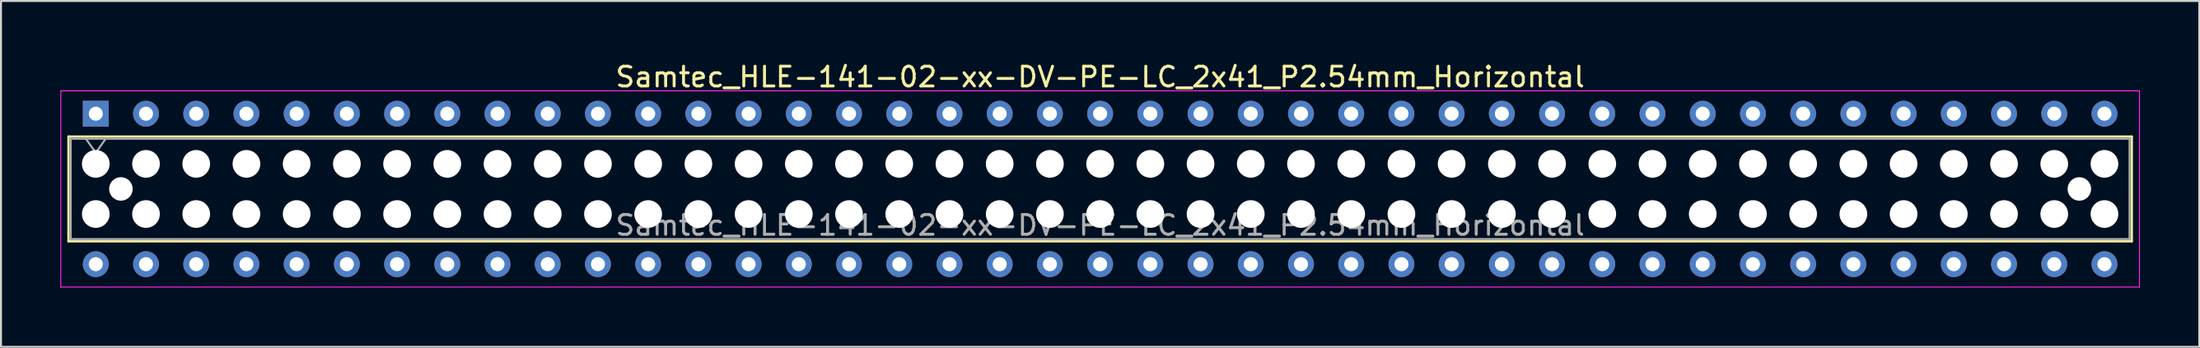
<source format=kicad_pcb>
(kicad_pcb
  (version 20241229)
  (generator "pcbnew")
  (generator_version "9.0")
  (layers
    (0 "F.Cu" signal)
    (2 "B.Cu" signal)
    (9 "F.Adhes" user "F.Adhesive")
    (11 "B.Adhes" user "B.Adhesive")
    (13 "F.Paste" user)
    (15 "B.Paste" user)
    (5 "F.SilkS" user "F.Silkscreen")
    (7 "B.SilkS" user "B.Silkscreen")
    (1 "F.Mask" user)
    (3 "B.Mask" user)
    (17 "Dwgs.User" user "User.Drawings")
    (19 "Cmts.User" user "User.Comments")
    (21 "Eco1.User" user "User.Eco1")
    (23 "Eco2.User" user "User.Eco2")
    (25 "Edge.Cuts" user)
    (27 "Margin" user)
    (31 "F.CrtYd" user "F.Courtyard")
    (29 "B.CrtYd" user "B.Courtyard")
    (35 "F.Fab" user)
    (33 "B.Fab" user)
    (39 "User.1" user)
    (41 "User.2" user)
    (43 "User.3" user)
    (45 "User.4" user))
  (footprint "Samtec_HLE-141-02-xx-DV-PE-LC_2x41_P2.54mm_Horizontal"
    (layer "F.Cu")
    (at 1.795 2.708)
    (property "Reference" "Samtec_HLE-141-02-xx-DV-PE-LC_2x41_P2.54mm_Horizontal" (at 50.8 -1.86 0) (layer "F.SilkS") (effects (font (size 1 1) (thickness 0.15))))
    (attr through_hole)
    (fp_line (start -1.38 1.16) (end 102.98 1.16) (stroke (width 0.12) (type solid)) (layer "F.SilkS"))
    (fp_line (start -1.38 6.46) (end -1.38 1.16) (stroke (width 0.12) (type solid)) (layer "F.SilkS"))
    (fp_line (start 102.98 1.16) (end 102.98 6.46) (stroke (width 0.12) (type solid)) (layer "F.SilkS"))
    (fp_line (start 102.98 6.46) (end -1.38 6.46) (stroke (width 0.12) (type solid)) (layer "F.SilkS"))
    (fp_line (start -1.77 -1.16) (end 103.37 -1.16) (stroke (width 0.05) (type solid)) (layer "F.CrtYd"))
    (fp_line (start -1.77 8.78) (end -1.77 -1.16) (stroke (width 0.05) (type solid)) (layer "F.CrtYd"))
    (fp_line (start 103.37 -1.16) (end 103.37 8.78) (stroke (width 0.05) (type solid)) (layer "F.CrtYd"))
    (fp_line (start 103.37 8.78) (end -1.77 8.78) (stroke (width 0.05) (type solid)) (layer "F.CrtYd"))
    (fp_line (start -1.27 1.27) (end 102.87 1.27) (stroke (width 0.1) (type solid)) (layer "F.Fab"))
    (fp_line (start -1.27 6.35) (end -1.27 1.27) (stroke (width 0.1) (type solid)) (layer "F.Fab"))
    (fp_line (start -0.5 1.27) (end 0 1.977) (stroke (width 0.1) (type solid)) (layer "F.Fab"))
    (fp_line (start 0 1.977) (end 0.5 1.27) (stroke (width 0.1) (type solid)) (layer "F.Fab"))
    (fp_line (start 102.87 1.27) (end 102.87 6.35) (stroke (width 0.1) (type solid)) (layer "F.Fab"))
    (fp_line (start 102.87 6.35) (end -1.27 6.35) (stroke (width 0.1) (type solid)) (layer "F.Fab"))
    (fp_text user "${REFERENCE}" (at 50.8 5.65 0) (layer "F.Fab") (effects (font (size 1 1) (thickness 0.15))))
    (pad "" np_thru_hole circle (at 0 2.54) (size 1.4 1.4) (drill 1.4) (layers "*.Cu" "*.Mask"))
    (pad "" np_thru_hole circle (at 0 5.08) (size 1.4 1.4) (drill 1.4) (layers "*.Cu" "*.Mask"))
    (pad "" np_thru_hole circle (at 1.27 3.81) (size 1.19 1.19) (drill 1.19) (layers "*.Cu" "*.Mask"))
    (pad "" np_thru_hole circle (at 2.54 2.54) (size 1.4 1.4) (drill 1.4) (layers "*.Cu" "*.Mask"))
    (pad "" np_thru_hole circle (at 2.54 5.08) (size 1.4 1.4) (drill 1.4) (layers "*.Cu" "*.Mask"))
    (pad "" np_thru_hole circle (at 5.08 2.54) (size 1.4 1.4) (drill 1.4) (layers "*.Cu" "*.Mask"))
    (pad "" np_thru_hole circle (at 5.08 5.08) (size 1.4 1.4) (drill 1.4) (layers "*.Cu" "*.Mask"))
    (pad "" np_thru_hole circle (at 7.62 2.54) (size 1.4 1.4) (drill 1.4) (layers "*.Cu" "*.Mask"))
    (pad "" np_thru_hole circle (at 7.62 5.08) (size 1.4 1.4) (drill 1.4) (layers "*.Cu" "*.Mask"))
    (pad "" np_thru_hole circle (at 10.16 2.54) (size 1.4 1.4) (drill 1.4) (layers "*.Cu" "*.Mask"))
    (pad "" np_thru_hole circle (at 10.16 5.08) (size 1.4 1.4) (drill 1.4) (layers "*.Cu" "*.Mask"))
    (pad "" np_thru_hole circle (at 12.7 2.54) (size 1.4 1.4) (drill 1.4) (layers "*.Cu" "*.Mask"))
    (pad "" np_thru_hole circle (at 12.7 5.08) (size 1.4 1.4) (drill 1.4) (layers "*.Cu" "*.Mask"))
    (pad "" np_thru_hole circle (at 15.24 2.54) (size 1.4 1.4) (drill 1.4) (layers "*.Cu" "*.Mask"))
    (pad "" np_thru_hole circle (at 15.24 5.08) (size 1.4 1.4) (drill 1.4) (layers "*.Cu" "*.Mask"))
    (pad "" np_thru_hole circle (at 17.78 2.54) (size 1.4 1.4) (drill 1.4) (layers "*.Cu" "*.Mask"))
    (pad "" np_thru_hole circle (at 17.78 5.08) (size 1.4 1.4) (drill 1.4) (layers "*.Cu" "*.Mask"))
    (pad "" np_thru_hole circle (at 20.32 2.54) (size 1.4 1.4) (drill 1.4) (layers "*.Cu" "*.Mask"))
    (pad "" np_thru_hole circle (at 20.32 5.08) (size 1.4 1.4) (drill 1.4) (layers "*.Cu" "*.Mask"))
    (pad "" np_thru_hole circle (at 22.86 2.54) (size 1.4 1.4) (drill 1.4) (layers "*.Cu" "*.Mask"))
    (pad "" np_thru_hole circle (at 22.86 5.08) (size 1.4 1.4) (drill 1.4) (layers "*.Cu" "*.Mask"))
    (pad "" np_thru_hole circle (at 25.4 2.54) (size 1.4 1.4) (drill 1.4) (layers "*.Cu" "*.Mask"))
    (pad "" np_thru_hole circle (at 25.4 5.08) (size 1.4 1.4) (drill 1.4) (layers "*.Cu" "*.Mask"))
    (pad "" np_thru_hole circle (at 27.94 2.54) (size 1.4 1.4) (drill 1.4) (layers "*.Cu" "*.Mask"))
    (pad "" np_thru_hole circle (at 27.94 5.08) (size 1.4 1.4) (drill 1.4) (layers "*.Cu" "*.Mask"))
    (pad "" np_thru_hole circle (at 30.48 2.54) (size 1.4 1.4) (drill 1.4) (layers "*.Cu" "*.Mask"))
    (pad "" np_thru_hole circle (at 30.48 5.08) (size 1.4 1.4) (drill 1.4) (layers "*.Cu" "*.Mask"))
    (pad "" np_thru_hole circle (at 33.02 2.54) (size 1.4 1.4) (drill 1.4) (layers "*.Cu" "*.Mask"))
    (pad "" np_thru_hole circle (at 33.02 5.08) (size 1.4 1.4) (drill 1.4) (layers "*.Cu" "*.Mask"))
    (pad "" np_thru_hole circle (at 35.56 2.54) (size 1.4 1.4) (drill 1.4) (layers "*.Cu" "*.Mask"))
    (pad "" np_thru_hole circle (at 35.56 5.08) (size 1.4 1.4) (drill 1.4) (layers "*.Cu" "*.Mask"))
    (pad "" np_thru_hole circle (at 38.1 2.54) (size 1.4 1.4) (drill 1.4) (layers "*.Cu" "*.Mask"))
    (pad "" np_thru_hole circle (at 38.1 5.08) (size 1.4 1.4) (drill 1.4) (layers "*.Cu" "*.Mask"))
    (pad "" np_thru_hole circle (at 40.64 2.54) (size 1.4 1.4) (drill 1.4) (layers "*.Cu" "*.Mask"))
    (pad "" np_thru_hole circle (at 40.64 5.08) (size 1.4 1.4) (drill 1.4) (layers "*.Cu" "*.Mask"))
    (pad "" np_thru_hole circle (at 43.18 2.54) (size 1.4 1.4) (drill 1.4) (layers "*.Cu" "*.Mask"))
    (pad "" np_thru_hole circle (at 43.18 5.08) (size 1.4 1.4) (drill 1.4) (layers "*.Cu" "*.Mask"))
    (pad "" np_thru_hole circle (at 45.72 2.54) (size 1.4 1.4) (drill 1.4) (layers "*.Cu" "*.Mask"))
    (pad "" np_thru_hole circle (at 45.72 5.08) (size 1.4 1.4) (drill 1.4) (layers "*.Cu" "*.Mask"))
    (pad "" np_thru_hole circle (at 48.26 2.54) (size 1.4 1.4) (drill 1.4) (layers "*.Cu" "*.Mask"))
    (pad "" np_thru_hole circle (at 48.26 5.08) (size 1.4 1.4) (drill 1.4) (layers "*.Cu" "*.Mask"))
    (pad "" np_thru_hole circle (at 50.8 2.54) (size 1.4 1.4) (drill 1.4) (layers "*.Cu" "*.Mask"))
    (pad "" np_thru_hole circle (at 50.8 5.08) (size 1.4 1.4) (drill 1.4) (layers "*.Cu" "*.Mask"))
    (pad "" np_thru_hole circle (at 53.34 2.54) (size 1.4 1.4) (drill 1.4) (layers "*.Cu" "*.Mask"))
    (pad "" np_thru_hole circle (at 53.34 5.08) (size 1.4 1.4) (drill 1.4) (layers "*.Cu" "*.Mask"))
    (pad "" np_thru_hole circle (at 55.88 2.54) (size 1.4 1.4) (drill 1.4) (layers "*.Cu" "*.Mask"))
    (pad "" np_thru_hole circle (at 55.88 5.08) (size 1.4 1.4) (drill 1.4) (layers "*.Cu" "*.Mask"))
    (pad "" np_thru_hole circle (at 58.42 2.54) (size 1.4 1.4) (drill 1.4) (layers "*.Cu" "*.Mask"))
    (pad "" np_thru_hole circle (at 58.42 5.08) (size 1.4 1.4) (drill 1.4) (layers "*.Cu" "*.Mask"))
    (pad "" np_thru_hole circle (at 60.96 2.54) (size 1.4 1.4) (drill 1.4) (layers "*.Cu" "*.Mask"))
    (pad "" np_thru_hole circle (at 60.96 5.08) (size 1.4 1.4) (drill 1.4) (layers "*.Cu" "*.Mask"))
    (pad "" np_thru_hole circle (at 63.5 2.54) (size 1.4 1.4) (drill 1.4) (layers "*.Cu" "*.Mask"))
    (pad "" np_thru_hole circle (at 63.5 5.08) (size 1.4 1.4) (drill 1.4) (layers "*.Cu" "*.Mask"))
    (pad "" np_thru_hole circle (at 66.04 2.54) (size 1.4 1.4) (drill 1.4) (layers "*.Cu" "*.Mask"))
    (pad "" np_thru_hole circle (at 66.04 5.08) (size 1.4 1.4) (drill 1.4) (layers "*.Cu" "*.Mask"))
    (pad "" np_thru_hole circle (at 68.58 2.54) (size 1.4 1.4) (drill 1.4) (layers "*.Cu" "*.Mask"))
    (pad "" np_thru_hole circle (at 68.58 5.08) (size 1.4 1.4) (drill 1.4) (layers "*.Cu" "*.Mask"))
    (pad "" np_thru_hole circle (at 71.12 2.54) (size 1.4 1.4) (drill 1.4) (layers "*.Cu" "*.Mask"))
    (pad "" np_thru_hole circle (at 71.12 5.08) (size 1.4 1.4) (drill 1.4) (layers "*.Cu" "*.Mask"))
    (pad "" np_thru_hole circle (at 73.66 2.54) (size 1.4 1.4) (drill 1.4) (layers "*.Cu" "*.Mask"))
    (pad "" np_thru_hole circle (at 73.66 5.08) (size 1.4 1.4) (drill 1.4) (layers "*.Cu" "*.Mask"))
    (pad "" np_thru_hole circle (at 76.2 2.54) (size 1.4 1.4) (drill 1.4) (layers "*.Cu" "*.Mask"))
    (pad "" np_thru_hole circle (at 76.2 5.08) (size 1.4 1.4) (drill 1.4) (layers "*.Cu" "*.Mask"))
    (pad "" np_thru_hole circle (at 78.74 2.54) (size 1.4 1.4) (drill 1.4) (layers "*.Cu" "*.Mask"))
    (pad "" np_thru_hole circle (at 78.74 5.08) (size 1.4 1.4) (drill 1.4) (layers "*.Cu" "*.Mask"))
    (pad "" np_thru_hole circle (at 81.28 2.54) (size 1.4 1.4) (drill 1.4) (layers "*.Cu" "*.Mask"))
    (pad "" np_thru_hole circle (at 81.28 5.08) (size 1.4 1.4) (drill 1.4) (layers "*.Cu" "*.Mask"))
    (pad "" np_thru_hole circle (at 83.82 2.54) (size 1.4 1.4) (drill 1.4) (layers "*.Cu" "*.Mask"))
    (pad "" np_thru_hole circle (at 83.82 5.08) (size 1.4 1.4) (drill 1.4) (layers "*.Cu" "*.Mask"))
    (pad "" np_thru_hole circle (at 86.36 2.54) (size 1.4 1.4) (drill 1.4) (layers "*.Cu" "*.Mask"))
    (pad "" np_thru_hole circle (at 86.36 5.08) (size 1.4 1.4) (drill 1.4) (layers "*.Cu" "*.Mask"))
    (pad "" np_thru_hole circle (at 88.9 2.54) (size 1.4 1.4) (drill 1.4) (layers "*.Cu" "*.Mask"))
    (pad "" np_thru_hole circle (at 88.9 5.08) (size 1.4 1.4) (drill 1.4) (layers "*.Cu" "*.Mask"))
    (pad "" np_thru_hole circle (at 91.44 2.54) (size 1.4 1.4) (drill 1.4) (layers "*.Cu" "*.Mask"))
    (pad "" np_thru_hole circle (at 91.44 5.08) (size 1.4 1.4) (drill 1.4) (layers "*.Cu" "*.Mask"))
    (pad "" np_thru_hole circle (at 93.98 2.54) (size 1.4 1.4) (drill 1.4) (layers "*.Cu" "*.Mask"))
    (pad "" np_thru_hole circle (at 93.98 5.08) (size 1.4 1.4) (drill 1.4) (layers "*.Cu" "*.Mask"))
    (pad "" np_thru_hole circle (at 96.52 2.54) (size 1.4 1.4) (drill 1.4) (layers "*.Cu" "*.Mask"))
    (pad "" np_thru_hole circle (at 96.52 5.08) (size 1.4 1.4) (drill 1.4) (layers "*.Cu" "*.Mask"))
    (pad "" np_thru_hole circle (at 99.06 2.54) (size 1.4 1.4) (drill 1.4) (layers "*.Cu" "*.Mask"))
    (pad "" np_thru_hole circle (at 99.06 5.08) (size 1.4 1.4) (drill 1.4) (layers "*.Cu" "*.Mask"))
    (pad "" np_thru_hole circle (at 100.33 3.81) (size 1.19 1.19) (drill 1.19) (layers "*.Cu" "*.Mask"))
    (pad "" np_thru_hole circle (at 101.6 2.54) (size 1.4 1.4) (drill 1.4) (layers "*.Cu" "*.Mask"))
    (pad "" np_thru_hole circle (at 101.6 5.08) (size 1.4 1.4) (drill 1.4) (layers "*.Cu" "*.Mask"))
    (pad "1" thru_hole rect (at 0 0) (size 1.31 1.31) (drill 0.71) (layers "*.Cu" "*.Mask"))
    (pad "2" thru_hole circle (at 0 7.62) (size 1.31 1.31) (drill 0.71) (layers "*.Cu" "*.Mask"))
    (pad "3" thru_hole circle (at 2.54 0) (size 1.31 1.31) (drill 0.71) (layers "*.Cu" "*.Mask"))
    (pad "4" thru_hole circle (at 2.54 7.62) (size 1.31 1.31) (drill 0.71) (layers "*.Cu" "*.Mask"))
    (pad "5" thru_hole circle (at 5.08 0) (size 1.31 1.31) (drill 0.71) (layers "*.Cu" "*.Mask"))
    (pad "6" thru_hole circle (at 5.08 7.62) (size 1.31 1.31) (drill 0.71) (layers "*.Cu" "*.Mask"))
    (pad "7" thru_hole circle (at 7.62 0) (size 1.31 1.31) (drill 0.71) (layers "*.Cu" "*.Mask"))
    (pad "8" thru_hole circle (at 7.62 7.62) (size 1.31 1.31) (drill 0.71) (layers "*.Cu" "*.Mask"))
    (pad "9" thru_hole circle (at 10.16 0) (size 1.31 1.31) (drill 0.71) (layers "*.Cu" "*.Mask"))
    (pad "10" thru_hole circle (at 10.16 7.62) (size 1.31 1.31) (drill 0.71) (layers "*.Cu" "*.Mask"))
    (pad "11" thru_hole circle (at 12.7 0) (size 1.31 1.31) (drill 0.71) (layers "*.Cu" "*.Mask"))
    (pad "12" thru_hole circle (at 12.7 7.62) (size 1.31 1.31) (drill 0.71) (layers "*.Cu" "*.Mask"))
    (pad "13" thru_hole circle (at 15.24 0) (size 1.31 1.31) (drill 0.71) (layers "*.Cu" "*.Mask"))
    (pad "14" thru_hole circle (at 15.24 7.62) (size 1.31 1.31) (drill 0.71) (layers "*.Cu" "*.Mask"))
    (pad "15" thru_hole circle (at 17.78 0) (size 1.31 1.31) (drill 0.71) (layers "*.Cu" "*.Mask"))
    (pad "16" thru_hole circle (at 17.78 7.62) (size 1.31 1.31) (drill 0.71) (layers "*.Cu" "*.Mask"))
    (pad "17" thru_hole circle (at 20.32 0) (size 1.31 1.31) (drill 0.71) (layers "*.Cu" "*.Mask"))
    (pad "18" thru_hole circle (at 20.32 7.62) (size 1.31 1.31) (drill 0.71) (layers "*.Cu" "*.Mask"))
    (pad "19" thru_hole circle (at 22.86 0) (size 1.31 1.31) (drill 0.71) (layers "*.Cu" "*.Mask"))
    (pad "20" thru_hole circle (at 22.86 7.62) (size 1.31 1.31) (drill 0.71) (layers "*.Cu" "*.Mask"))
    (pad "21" thru_hole circle (at 25.4 0) (size 1.31 1.31) (drill 0.71) (layers "*.Cu" "*.Mask"))
    (pad "22" thru_hole circle (at 25.4 7.62) (size 1.31 1.31) (drill 0.71) (layers "*.Cu" "*.Mask"))
    (pad "23" thru_hole circle (at 27.94 0) (size 1.31 1.31) (drill 0.71) (layers "*.Cu" "*.Mask"))
    (pad "24" thru_hole circle (at 27.94 7.62) (size 1.31 1.31) (drill 0.71) (layers "*.Cu" "*.Mask"))
    (pad "25" thru_hole circle (at 30.48 0) (size 1.31 1.31) (drill 0.71) (layers "*.Cu" "*.Mask"))
    (pad "26" thru_hole circle (at 30.48 7.62) (size 1.31 1.31) (drill 0.71) (layers "*.Cu" "*.Mask"))
    (pad "27" thru_hole circle (at 33.02 0) (size 1.31 1.31) (drill 0.71) (layers "*.Cu" "*.Mask"))
    (pad "28" thru_hole circle (at 33.02 7.62) (size 1.31 1.31) (drill 0.71) (layers "*.Cu" "*.Mask"))
    (pad "29" thru_hole circle (at 35.56 0) (size 1.31 1.31) (drill 0.71) (layers "*.Cu" "*.Mask"))
    (pad "30" thru_hole circle (at 35.56 7.62) (size 1.31 1.31) (drill 0.71) (layers "*.Cu" "*.Mask"))
    (pad "31" thru_hole circle (at 38.1 0) (size 1.31 1.31) (drill 0.71) (layers "*.Cu" "*.Mask"))
    (pad "32" thru_hole circle (at 38.1 7.62) (size 1.31 1.31) (drill 0.71) (layers "*.Cu" "*.Mask"))
    (pad "33" thru_hole circle (at 40.64 0) (size 1.31 1.31) (drill 0.71) (layers "*.Cu" "*.Mask"))
    (pad "34" thru_hole circle (at 40.64 7.62) (size 1.31 1.31) (drill 0.71) (layers "*.Cu" "*.Mask"))
    (pad "35" thru_hole circle (at 43.18 0) (size 1.31 1.31) (drill 0.71) (layers "*.Cu" "*.Mask"))
    (pad "36" thru_hole circle (at 43.18 7.62) (size 1.31 1.31) (drill 0.71) (layers "*.Cu" "*.Mask"))
    (pad "37" thru_hole circle (at 45.72 0) (size 1.31 1.31) (drill 0.71) (layers "*.Cu" "*.Mask"))
    (pad "38" thru_hole circle (at 45.72 7.62) (size 1.31 1.31) (drill 0.71) (layers "*.Cu" "*.Mask"))
    (pad "39" thru_hole circle (at 48.26 0) (size 1.31 1.31) (drill 0.71) (layers "*.Cu" "*.Mask"))
    (pad "40" thru_hole circle (at 48.26 7.62) (size 1.31 1.31) (drill 0.71) (layers "*.Cu" "*.Mask"))
    (pad "41" thru_hole circle (at 50.8 0) (size 1.31 1.31) (drill 0.71) (layers "*.Cu" "*.Mask"))
    (pad "42" thru_hole circle (at 50.8 7.62) (size 1.31 1.31) (drill 0.71) (layers "*.Cu" "*.Mask"))
    (pad "43" thru_hole circle (at 53.34 0) (size 1.31 1.31) (drill 0.71) (layers "*.Cu" "*.Mask"))
    (pad "44" thru_hole circle (at 53.34 7.62) (size 1.31 1.31) (drill 0.71) (layers "*.Cu" "*.Mask"))
    (pad "45" thru_hole circle (at 55.88 0) (size 1.31 1.31) (drill 0.71) (layers "*.Cu" "*.Mask"))
    (pad "46" thru_hole circle (at 55.88 7.62) (size 1.31 1.31) (drill 0.71) (layers "*.Cu" "*.Mask"))
    (pad "47" thru_hole circle (at 58.42 0) (size 1.31 1.31) (drill 0.71) (layers "*.Cu" "*.Mask"))
    (pad "48" thru_hole circle (at 58.42 7.62) (size 1.31 1.31) (drill 0.71) (layers "*.Cu" "*.Mask"))
    (pad "49" thru_hole circle (at 60.96 0) (size 1.31 1.31) (drill 0.71) (layers "*.Cu" "*.Mask"))
    (pad "50" thru_hole circle (at 60.96 7.62) (size 1.31 1.31) (drill 0.71) (layers "*.Cu" "*.Mask"))
    (pad "51" thru_hole circle (at 63.5 0) (size 1.31 1.31) (drill 0.71) (layers "*.Cu" "*.Mask"))
    (pad "52" thru_hole circle (at 63.5 7.62) (size 1.31 1.31) (drill 0.71) (layers "*.Cu" "*.Mask"))
    (pad "53" thru_hole circle (at 66.04 0) (size 1.31 1.31) (drill 0.71) (layers "*.Cu" "*.Mask"))
    (pad "54" thru_hole circle (at 66.04 7.62) (size 1.31 1.31) (drill 0.71) (layers "*.Cu" "*.Mask"))
    (pad "55" thru_hole circle (at 68.58 0) (size 1.31 1.31) (drill 0.71) (layers "*.Cu" "*.Mask"))
    (pad "56" thru_hole circle (at 68.58 7.62) (size 1.31 1.31) (drill 0.71) (layers "*.Cu" "*.Mask"))
    (pad "57" thru_hole circle (at 71.12 0) (size 1.31 1.31) (drill 0.71) (layers "*.Cu" "*.Mask"))
    (pad "58" thru_hole circle (at 71.12 7.62) (size 1.31 1.31) (drill 0.71) (layers "*.Cu" "*.Mask"))
    (pad "59" thru_hole circle (at 73.66 0) (size 1.31 1.31) (drill 0.71) (layers "*.Cu" "*.Mask"))
    (pad "60" thru_hole circle (at 73.66 7.62) (size 1.31 1.31) (drill 0.71) (layers "*.Cu" "*.Mask"))
    (pad "61" thru_hole circle (at 76.2 0) (size 1.31 1.31) (drill 0.71) (layers "*.Cu" "*.Mask"))
    (pad "62" thru_hole circle (at 76.2 7.62) (size 1.31 1.31) (drill 0.71) (layers "*.Cu" "*.Mask"))
    (pad "63" thru_hole circle (at 78.74 0) (size 1.31 1.31) (drill 0.71) (layers "*.Cu" "*.Mask"))
    (pad "64" thru_hole circle (at 78.74 7.62) (size 1.31 1.31) (drill 0.71) (layers "*.Cu" "*.Mask"))
    (pad "65" thru_hole circle (at 81.28 0) (size 1.31 1.31) (drill 0.71) (layers "*.Cu" "*.Mask"))
    (pad "66" thru_hole circle (at 81.28 7.62) (size 1.31 1.31) (drill 0.71) (layers "*.Cu" "*.Mask"))
    (pad "67" thru_hole circle (at 83.82 0) (size 1.31 1.31) (drill 0.71) (layers "*.Cu" "*.Mask"))
    (pad "68" thru_hole circle (at 83.82 7.62) (size 1.31 1.31) (drill 0.71) (layers "*.Cu" "*.Mask"))
    (pad "69" thru_hole circle (at 86.36 0) (size 1.31 1.31) (drill 0.71) (layers "*.Cu" "*.Mask"))
    (pad "70" thru_hole circle (at 86.36 7.62) (size 1.31 1.31) (drill 0.71) (layers "*.Cu" "*.Mask"))
    (pad "71" thru_hole circle (at 88.9 0) (size 1.31 1.31) (drill 0.71) (layers "*.Cu" "*.Mask"))
    (pad "72" thru_hole circle (at 88.9 7.62) (size 1.31 1.31) (drill 0.71) (layers "*.Cu" "*.Mask"))
    (pad "73" thru_hole circle (at 91.44 0) (size 1.31 1.31) (drill 0.71) (layers "*.Cu" "*.Mask"))
    (pad "74" thru_hole circle (at 91.44 7.62) (size 1.31 1.31) (drill 0.71) (layers "*.Cu" "*.Mask"))
    (pad "75" thru_hole circle (at 93.98 0) (size 1.31 1.31) (drill 0.71) (layers "*.Cu" "*.Mask"))
    (pad "76" thru_hole circle (at 93.98 7.62) (size 1.31 1.31) (drill 0.71) (layers "*.Cu" "*.Mask"))
    (pad "77" thru_hole circle (at 96.52 0) (size 1.31 1.31) (drill 0.71) (layers "*.Cu" "*.Mask"))
    (pad "78" thru_hole circle (at 96.52 7.62) (size 1.31 1.31) (drill 0.71) (layers "*.Cu" "*.Mask"))
    (pad "79" thru_hole circle (at 99.06 0) (size 1.31 1.31) (drill 0.71) (layers "*.Cu" "*.Mask"))
    (pad "80" thru_hole circle (at 99.06 7.62) (size 1.31 1.31) (drill 0.71) (layers "*.Cu" "*.Mask"))
    (pad "81" thru_hole circle (at 101.6 0) (size 1.31 1.31) (drill 0.71) (layers "*.Cu" "*.Mask"))
    (pad "82" thru_hole circle (at 101.6 7.62) (size 1.31 1.31) (drill 0.71) (layers "*.Cu" "*.Mask")))
  (gr_rect
    (start -3 -3)
    (end 108.19 14.513)
    (stroke (width 0.1) (type default))
    (fill no)
    (layer "Edge.Cuts")))
</source>
